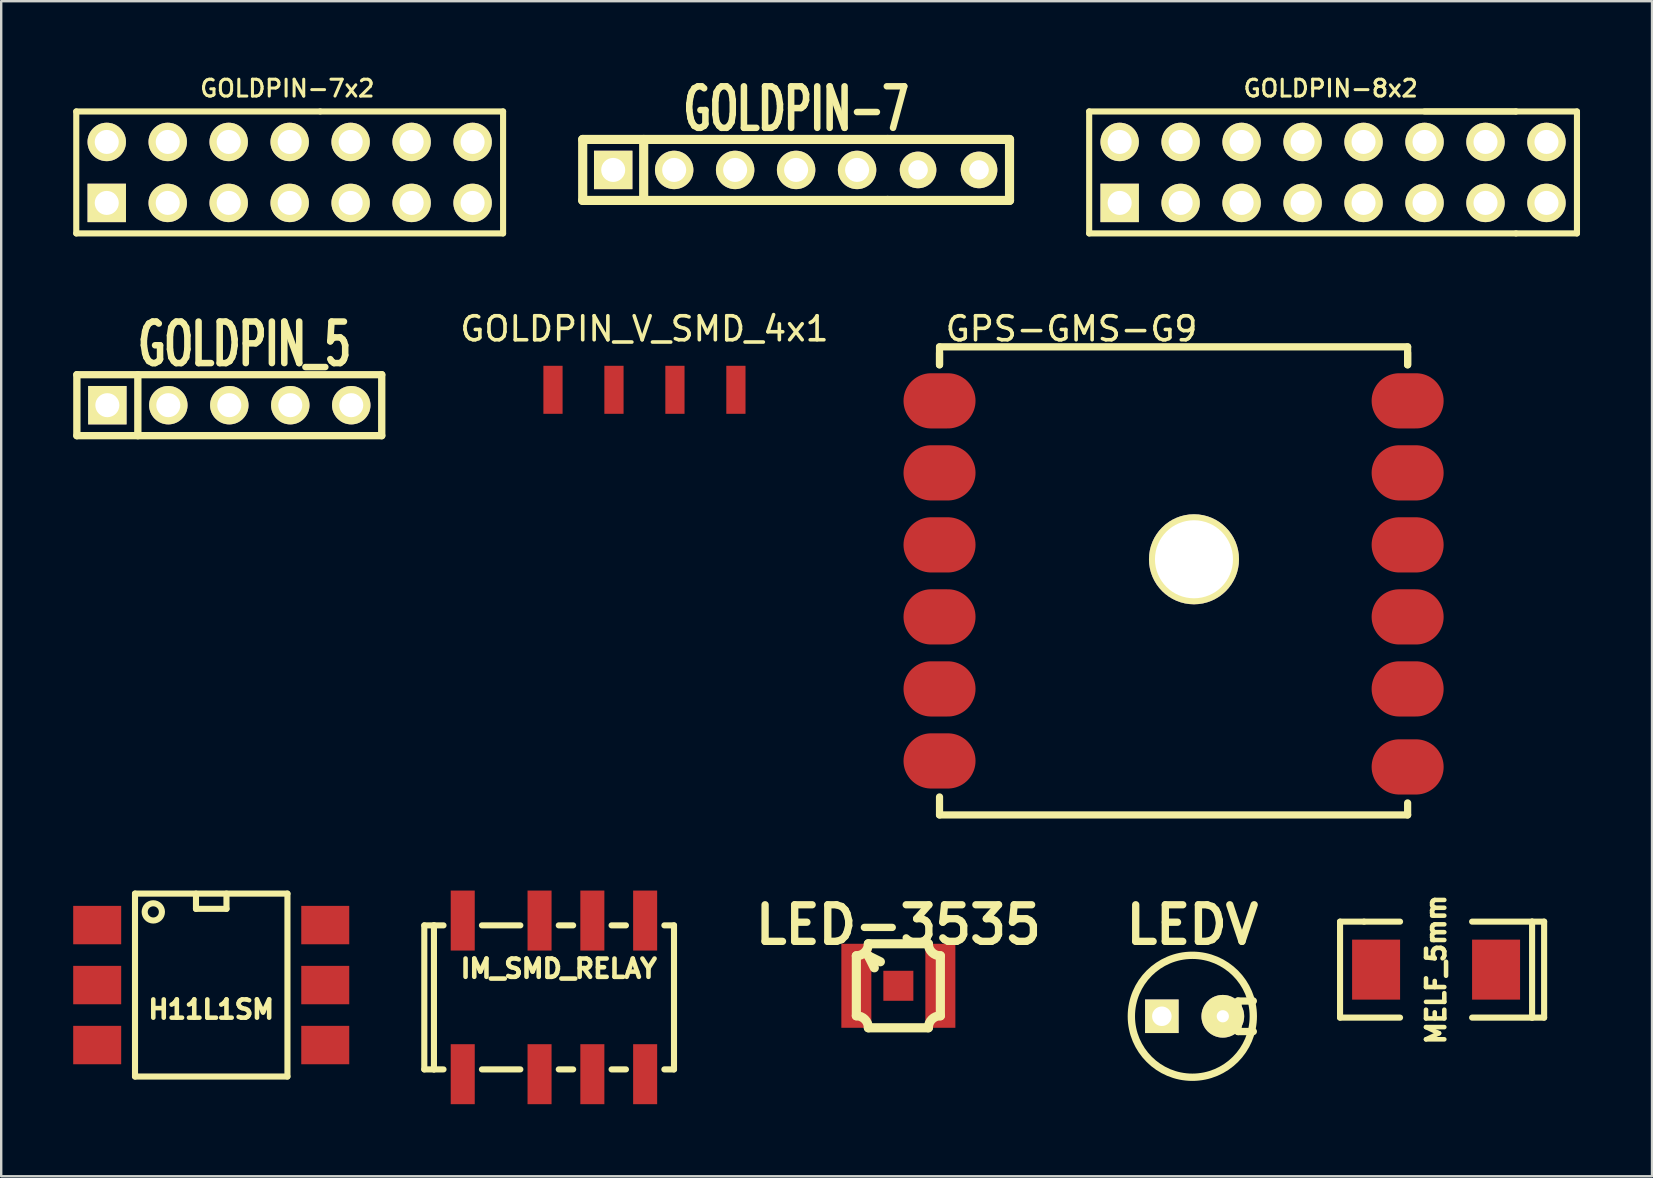
<source format=kicad_pcb>
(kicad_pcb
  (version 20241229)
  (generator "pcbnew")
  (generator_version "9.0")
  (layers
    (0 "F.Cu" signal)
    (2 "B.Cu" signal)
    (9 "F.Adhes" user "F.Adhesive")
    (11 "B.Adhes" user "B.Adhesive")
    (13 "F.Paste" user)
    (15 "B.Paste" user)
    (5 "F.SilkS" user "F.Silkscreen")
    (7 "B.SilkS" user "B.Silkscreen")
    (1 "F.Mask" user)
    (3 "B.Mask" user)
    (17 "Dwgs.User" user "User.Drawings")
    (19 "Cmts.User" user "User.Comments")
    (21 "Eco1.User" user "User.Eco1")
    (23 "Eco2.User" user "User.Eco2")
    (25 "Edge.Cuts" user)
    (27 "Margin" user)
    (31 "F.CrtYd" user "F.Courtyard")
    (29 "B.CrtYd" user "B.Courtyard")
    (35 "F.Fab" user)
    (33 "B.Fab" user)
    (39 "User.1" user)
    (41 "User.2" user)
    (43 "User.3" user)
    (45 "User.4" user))
  (footprint "MELF_5mm"
    (layer "F.Cu")
    (at 56.773 37.342)
    (property "Reference" "MELF_5mm" (at 0 0 90) (layer "F.SilkS") (effects (font (size 0.762 0.762) (thickness 0.201))))
    (attr through_hole)
    (fp_line (start -4 -1.999) (end -4 1.999) (stroke (width 0.254) (type solid)) (layer "F.SilkS"))
    (fp_line (start -4 1.999) (end -1.501 1.999) (stroke (width 0.254) (type solid)) (layer "F.SilkS"))
    (fp_line (start -3 -1.999) (end -4 -1.999) (stroke (width 0.254) (type solid)) (layer "F.SilkS"))
    (fp_line (start -3 -1.999) (end -1.501 -1.999) (stroke (width 0.254) (type solid)) (layer "F.SilkS"))
    (fp_line (start 1.501 -1.999) (end 4 -1.999) (stroke (width 0.254) (type solid)) (layer "F.SilkS"))
    (fp_line (start 4 -1.999) (end 4 1.999) (stroke (width 0.254) (type solid)) (layer "F.SilkS"))
    (fp_line (start 4 1.999) (end 1.501 1.999) (stroke (width 0.254) (type solid)) (layer "F.SilkS"))
    (fp_line (start 4.501 -1.999) (end 4 -1.999) (stroke (width 0.254) (type solid)) (layer "F.SilkS"))
    (fp_line (start 4.501 1.999) (end 4 1.999) (stroke (width 0.254) (type solid)) (layer "F.SilkS"))
    (fp_line (start 4.501 1.999) (end 4.501 -1.999) (stroke (width 0.254) (type solid)) (layer "F.SilkS"))
    (pad "1" smd rect (at -2.499 0) (size 1.999 2.499) (layers "F.Cu" "F.Mask" "F.Paste"))
    (pad "2" smd rect (at 2.499 0) (size 1.999 2.499) (layers "F.Cu" "F.Mask" "F.Paste")))
  (footprint "LEDV"
    (layer "F.Cu")
    (at 46.619 39.285)
    (property "Reference" "LEDV" (at 0 -3.81 0) (layer "F.SilkS") (effects (font (size 1.524 1.524) (thickness 0.305))))
    (attr through_hole)
    (fp_line (start 1.905 -0.635) (end 1.905 0.635) (stroke (width 0.305) (type solid)) (layer "F.SilkS"))
    (fp_line (start 1.905 0.635) (end 2.54 0.635) (stroke (width 0.305) (type solid)) (layer "F.SilkS"))
    (fp_line (start 2.54 -0.635) (end 1.905 -0.635) (stroke (width 0.305) (type solid)) (layer "F.SilkS"))
    (fp_circle (center 0 0) (end -2.54 0) (stroke (width 0.305) (type solid)) (fill no) (layer "F.SilkS"))
    (pad "1" thru_hole rect (at -1.27 0) (size 1.397 1.397) (drill 0.813) (layers "*.Cu" "*.Mask" "F.SilkS"))
    (pad "2" thru_hole circle (at 1.27 0) (size 1.778 1.778) (drill 0.508) (layers "*.Cu" "*.Mask" "F.SilkS")))
  (footprint "GOLDPIN-8x2"
    (layer "F.Cu")
    (at 52.482 4.133)
    (property "Reference" "GOLDPIN-8x2" (at -0.099 -3.5 0) (layer "F.SilkS") (effects (font (size 0.701 0.701) (thickness 0.127))))
    (attr through_hole)
    (fp_line (start -10.16 -2.54) (end 7.62 -2.54) (stroke (width 0.254) (type solid)) (layer "F.SilkS"))
    (fp_line (start -10.16 2.54) (end -10.16 -2.54) (stroke (width 0.254) (type solid)) (layer "F.SilkS"))
    (fp_line (start 7.62 -2.54) (end 3.81 -2.54) (stroke (width 0.254) (type solid)) (layer "F.SilkS"))
    (fp_line (start 7.62 2.54) (end -10.16 2.54) (stroke (width 0.254) (type solid)) (layer "F.SilkS"))
    (fp_line (start 7.62 2.54) (end 10.16 2.54) (stroke (width 0.254) (type solid)) (layer "F.SilkS"))
    (fp_line (start 10.16 -2.54) (end 7.62 -2.54) (stroke (width 0.254) (type solid)) (layer "F.SilkS"))
    (fp_line (start 10.16 2.54) (end 10.16 -2.54) (stroke (width 0.254) (type solid)) (layer "F.SilkS"))
    (pad "1" thru_hole rect (at -8.89 1.27) (size 1.6 1.6) (drill 1.001) (layers "*.Cu" "*.Mask" "F.SilkS"))
    (pad "2" thru_hole circle (at -8.89 -1.27) (size 1.6 1.6) (drill 1.001) (layers "*.Cu" "*.Mask" "F.SilkS"))
    (pad "3" thru_hole circle (at -6.35 1.27) (size 1.6 1.6) (drill 1.001) (layers "*.Cu" "*.Mask" "F.SilkS"))
    (pad "4" thru_hole circle (at -6.35 -1.27) (size 1.6 1.6) (drill 1.001) (layers "*.Cu" "*.Mask" "F.SilkS"))
    (pad "5" thru_hole circle (at -3.81 1.27) (size 1.6 1.6) (drill 1.001) (layers "*.Cu" "*.Mask" "F.SilkS"))
    (pad "6" thru_hole circle (at -3.81 -1.27) (size 1.6 1.6) (drill 1.001) (layers "*.Cu" "*.Mask" "F.SilkS"))
    (pad "7" thru_hole circle (at -1.27 1.27) (size 1.6 1.6) (drill 1.001) (layers "*.Cu" "*.Mask" "F.SilkS"))
    (pad "8" thru_hole circle (at -1.27 -1.27) (size 1.6 1.6) (drill 1.001) (layers "*.Cu" "*.Mask" "F.SilkS"))
    (pad "9" thru_hole circle (at 1.27 1.27) (size 1.6 1.6) (drill 1.001) (layers "*.Cu" "*.Mask" "F.SilkS"))
    (pad "10" thru_hole circle (at 1.27 -1.27) (size 1.6 1.6) (drill 1.001) (layers "*.Cu" "*.Mask" "F.SilkS"))
    (pad "11" thru_hole circle (at 3.81 1.27) (size 1.6 1.6) (drill 1.001) (layers "*.Cu" "*.Mask" "F.SilkS"))
    (pad "12" thru_hole circle (at 3.81 -1.27) (size 1.6 1.6) (drill 1.001) (layers "*.Cu" "*.Mask" "F.SilkS"))
    (pad "13" thru_hole circle (at 6.35 1.27) (size 1.6 1.6) (drill 1.001) (layers "*.Cu" "*.Mask" "F.SilkS"))
    (pad "14" thru_hole circle (at 6.35 -1.27) (size 1.6 1.6) (drill 1.001) (layers "*.Cu" "*.Mask" "F.SilkS"))
    (pad "15" thru_hole circle (at 8.89 1.27) (size 1.6 1.6) (drill 1.001) (layers "*.Cu" "*.Mask" "F.SilkS"))
    (pad "16" thru_hole circle (at 8.89 -1.27) (size 1.6 1.6) (drill 1.001) (layers "*.Cu" "*.Mask" "F.SilkS")))
  (footprint "H11L1SM"
    (layer "F.Cu")
    (at 5.749 37.985)
    (property "Reference" "H11L1SM" (at 0 1.016 0) (layer "F.SilkS") (effects (font (size 0.762 0.762) (thickness 0.191))))
    (attr through_hole)
    (fp_line (start -3.175 -3.81) (end 3.175 -3.81) (stroke (width 0.254) (type solid)) (layer "F.SilkS"))
    (fp_line (start -3.175 3.81) (end -3.175 -3.81) (stroke (width 0.254) (type solid)) (layer "F.SilkS"))
    (fp_line (start -0.635 -3.81) (end -0.635 -3.175) (stroke (width 0.254) (type solid)) (layer "F.SilkS"))
    (fp_line (start -0.635 -3.175) (end 0.635 -3.175) (stroke (width 0.254) (type solid)) (layer "F.SilkS"))
    (fp_line (start 0.635 -3.175) (end 0.635 -3.81) (stroke (width 0.254) (type solid)) (layer "F.SilkS"))
    (fp_line (start 3.175 -3.81) (end 3.175 3.81) (stroke (width 0.254) (type solid)) (layer "F.SilkS"))
    (fp_line (start 3.175 3.81) (end -3.175 3.81) (stroke (width 0.254) (type solid)) (layer "F.SilkS"))
    (fp_circle (center -2.413 -3.048) (end -2.159 -2.794) (stroke (width 0.254) (type solid)) (fill no) (layer "F.SilkS"))
    (pad "1" smd rect (at -4.75 -2.499) (size 1.999 1.6) (layers "F.Cu" "F.Mask" "F.Paste"))
    (pad "2" smd rect (at -4.75 0) (size 1.999 1.6) (layers "F.Cu" "F.Mask" "F.Paste"))
    (pad "3" smd rect (at -4.75 2.499) (size 1.999 1.6) (layers "F.Cu" "F.Mask" "F.Paste"))
    (pad "4" smd rect (at 4.75 2.499) (size 1.999 1.6) (layers "F.Cu" "F.Mask" "F.Paste"))
    (pad "5" smd rect (at 4.75 0) (size 1.999 1.6) (layers "F.Cu" "F.Mask" "F.Paste"))
    (pad "6" smd rect (at 4.75 -2.499) (size 1.999 1.6) (layers "F.Cu" "F.Mask" "F.Paste")))
  (footprint "GPS-GMS-G9"
    (layer "F.Cu")
    (at 45.838 21.148)
    (property "Reference" "GPS-GMS-G9" (at -4.25 -10.5 0) (layer "F.SilkS") (effects (font (size 1 1) (thickness 0.15))))
    (attr through_hole)
    (fp_line (start -9.75 -9.75) (end -9.75 -9) (stroke (width 0.3) (type solid)) (layer "F.SilkS"))
    (fp_line (start -9.75 -9.5) (end -9.75 -9) (stroke (width 0.3) (type solid)) (layer "F.SilkS"))
    (fp_line (start -9.75 9) (end -9.75 9.75) (stroke (width 0.3) (type solid)) (layer "F.SilkS"))
    (fp_line (start -9.75 9.75) (end 9.75 9.75) (stroke (width 0.3) (type solid)) (layer "F.SilkS"))
    (fp_line (start 9.75 -9.75) (end -9.75 -9.75) (stroke (width 0.3) (type solid)) (layer "F.SilkS"))
    (fp_line (start 9.75 -9) (end 9.75 -9.75) (stroke (width 0.3) (type solid)) (layer "F.SilkS"))
    (fp_line (start 9.75 -9) (end 9.75 -9.5) (stroke (width 0.3) (type solid)) (layer "F.SilkS"))
    (fp_line (start 9.75 9.75) (end 9.75 9.25) (stroke (width 0.3) (type solid)) (layer "F.SilkS"))
    (pad "1" smd oval (at -9.75 -7.5) (size 3 2.3) (layers "F.Cu" "F.Mask" "F.Paste"))
    (pad "2" smd oval (at -9.75 -4.5) (size 3 2.3) (layers "F.Cu" "F.Mask" "F.Paste"))
    (pad "3" smd oval (at -9.75 -1.5) (size 3 2.3) (layers "F.Cu" "F.Mask" "F.Paste"))
    (pad "4" smd oval (at -9.75 1.5) (size 3 2.3) (layers "F.Cu" "F.Mask" "F.Paste"))
    (pad "5" smd oval (at -9.75 4.5) (size 3 2.3) (layers "F.Cu" "F.Mask" "F.Paste"))
    (pad "6" smd oval (at -9.75 7.5) (size 3 2.3) (layers "F.Cu" "F.Mask" "F.Paste"))
    (pad "7" smd oval (at 9.75 7.75) (size 3 2.3) (layers "F.Cu" "F.Mask" "F.Paste"))
    (pad "8" smd oval (at 9.75 4.5) (size 3 2.3) (layers "F.Cu" "F.Mask" "F.Paste"))
    (pad "9" smd oval (at 9.75 1.5) (size 3 2.3) (layers "F.Cu" "F.Mask" "F.Paste"))
    (pad "10" smd oval (at 9.75 -1.5) (size 3 2.3) (layers "F.Cu" "F.Mask" "F.Paste"))
    (pad "11" smd oval (at 9.75 -4.5) (size 3 2.3) (layers "F.Cu" "F.Mask" "F.Paste"))
    (pad "12" smd oval (at 9.75 -7.5) (size 3 2.3) (layers "F.Cu" "F.Mask" "F.Paste"))
    (pad "ANT" thru_hole circle (at 0.85 -0.9) (size 3.75 3.75) (drill 3.25) (layers "*.Cu" "*.Mask" "F.SilkS")))
  (footprint "GOLDPIN-7x2"
    (layer "F.Cu")
    (at 9.017 4.133)
    (property "Reference" "GOLDPIN-7x2" (at -0.099 -3.5 0) (layer "F.SilkS") (effects (font (size 0.701 0.701) (thickness 0.127))))
    (attr through_hole)
    (fp_line (start -8.89 -2.54) (end 1.27 -2.54) (stroke (width 0.254) (type solid)) (layer "F.SilkS"))
    (fp_line (start -8.89 2.54) (end -8.89 -2.54) (stroke (width 0.254) (type solid)) (layer "F.SilkS"))
    (fp_line (start 1.27 -2.54) (end 8.89 -2.54) (stroke (width 0.254) (type solid)) (layer "F.SilkS"))
    (fp_line (start 8.89 -2.54) (end 8.89 2.54) (stroke (width 0.254) (type solid)) (layer "F.SilkS"))
    (fp_line (start 8.89 2.54) (end -8.89 2.54) (stroke (width 0.254) (type solid)) (layer "F.SilkS"))
    (pad "1" thru_hole rect (at -7.62 1.27) (size 1.6 1.6) (drill 1.001) (layers "*.Cu" "*.Mask" "F.SilkS"))
    (pad "2" thru_hole circle (at -7.62 -1.27) (size 1.6 1.6) (drill 1.001) (layers "*.Cu" "*.Mask" "F.SilkS"))
    (pad "3" thru_hole circle (at -5.08 1.27) (size 1.6 1.6) (drill 1.001) (layers "*.Cu" "*.Mask" "F.SilkS"))
    (pad "4" thru_hole circle (at -5.08 -1.27) (size 1.6 1.6) (drill 1.001) (layers "*.Cu" "*.Mask" "F.SilkS"))
    (pad "5" thru_hole circle (at -2.54 1.27) (size 1.6 1.6) (drill 1.001) (layers "*.Cu" "*.Mask" "F.SilkS"))
    (pad "6" thru_hole circle (at -2.54 -1.27) (size 1.6 1.6) (drill 1.001) (layers "*.Cu" "*.Mask" "F.SilkS"))
    (pad "7" thru_hole circle (at 0 1.27) (size 1.6 1.6) (drill 1.001) (layers "*.Cu" "*.Mask" "F.SilkS"))
    (pad "8" thru_hole circle (at 0 -1.27) (size 1.6 1.6) (drill 1.001) (layers "*.Cu" "*.Mask" "F.SilkS"))
    (pad "9" thru_hole circle (at 2.54 1.27) (size 1.6 1.6) (drill 1.001) (layers "*.Cu" "*.Mask" "F.SilkS"))
    (pad "10" thru_hole circle (at 2.54 -1.27) (size 1.6 1.6) (drill 1.001) (layers "*.Cu" "*.Mask" "F.SilkS"))
    (pad "11" thru_hole circle (at 5.08 1.27) (size 1.6 1.6) (drill 1.001) (layers "*.Cu" "*.Mask" "F.SilkS"))
    (pad "12" thru_hole circle (at 5.08 -1.27) (size 1.6 1.6) (drill 1.001) (layers "*.Cu" "*.Mask" "F.SilkS"))
    (pad "13" thru_hole circle (at 7.62 1.27) (size 1.6 1.6) (drill 1.001) (layers "*.Cu" "*.Mask" "F.SilkS"))
    (pad "14" thru_hole circle (at 7.62 -1.27) (size 1.6 1.6) (drill 1.001) (layers "*.Cu" "*.Mask" "F.SilkS")))
  (footprint "GOLDPIN_V_SMD_4x1"
    (layer "F.Cu")
    (at 23.796 13.188)
    (property "Reference" "GOLDPIN_V_SMD_4x1" (at 0 -2.54 0) (layer "F.SilkS") (effects (font (size 1 1) (thickness 0.15))))
    (attr through_hole)
    (pad "1" smd rect (at -3.81 0) (size 0.8 2) (layers "F.Cu" "F.Mask" "F.Paste"))
    (pad "2" smd rect (at -1.27 0) (size 0.8 2) (layers "F.Cu" "F.Mask" "F.Paste"))
    (pad "3" smd rect (at 1.27 0) (size 0.8 2) (layers "F.Cu" "F.Mask" "F.Paste"))
    (pad "4" smd rect (at 3.81 0) (size 0.8 2) (layers "F.Cu" "F.Mask" "F.Paste")))
  (footprint "LED-3535"
    (layer "F.Cu")
    (at 34.373 38.015)
    (property "Reference" "LED-3535" (at 0 -2.54 0) (layer "F.SilkS") (effects (font (size 1.524 1.524) (thickness 0.305))))
    (attr through_hole)
    (fp_line (start -1.75 -1.25) (end -1.75 1.25) (stroke (width 0.381) (type solid)) (layer "F.SilkS"))
    (fp_line (start -1.25 -1.25) (end -1.001 -0.749) (stroke (width 0.381) (type solid)) (layer "F.SilkS"))
    (fp_line (start -1.25 -1.25) (end -0.749 -1.001) (stroke (width 0.381) (type solid)) (layer "F.SilkS"))
    (fp_line (start -1.25 1.75) (end 1.25 1.75) (stroke (width 0.381) (type solid)) (layer "F.SilkS"))
    (fp_line (start 1.25 -1.75) (end -1.25 -1.75) (stroke (width 0.381) (type solid)) (layer "F.SilkS"))
    (fp_line (start 1.75 1.25) (end 1.75 -1.25) (stroke (width 0.381) (type solid)) (layer "F.SilkS"))
    (fp_arc (start -1.75006 1.24968) (mid -1.396238 1.396238) (end -1.24968 1.75006) (stroke (width 0.381) (type solid)) (layer "F.SilkS"))
    (fp_arc (start -1.24968 -1.75006) (mid -1.396238 -1.396238) (end -1.75006 -1.24968) (stroke (width 0.381) (type solid)) (layer "F.SilkS"))
    (fp_arc (start 1.24968 1.75006) (mid 1.396238 1.396238) (end 1.75006 1.24968) (stroke (width 0.381) (type solid)) (layer "F.SilkS"))
    (fp_arc (start 1.75006 -1.24968) (mid 1.396238 -1.396238) (end 1.24968 -1.75006) (stroke (width 0.381) (type solid)) (layer "F.SilkS"))
    (pad "1" smd rect (at 1.75 0) (size 1.25 3.5) (layers "F.Cu" "F.Mask" "F.Paste"))
    (pad "2" smd rect (at -1.75 0) (size 1.25 3.5) (layers "F.Cu" "F.Mask" "F.Paste"))
    (pad "3" smd rect (at 0 0) (size 1.25 1.25) (layers "F.Cu" "F.Mask" "F.Paste")))
  (footprint "GOLDPIN-7"
    (layer "F.Cu")
    (at 30.114 4.029)
    (property "Reference" "GOLDPIN-7" (at 0 -2.54 0) (layer "F.SilkS") (effects (font (size 1.73 1.087) (thickness 0.272))))
    (attr through_hole)
    (fp_line (start -8.89 -1.27) (end 3.81 -1.27) (stroke (width 0.381) (type solid)) (layer "F.SilkS"))
    (fp_line (start -8.89 1.27) (end -8.89 -1.27) (stroke (width 0.381) (type solid)) (layer "F.SilkS"))
    (fp_line (start -6.35 1.27) (end -6.35 -1.27) (stroke (width 0.381) (type solid)) (layer "F.SilkS"))
    (fp_line (start 3.81 1.27) (end -8.89 1.27) (stroke (width 0.381) (type solid)) (layer "F.SilkS"))
    (fp_line (start 3.81 1.27) (end 8.89 1.27) (stroke (width 0.381) (type solid)) (layer "F.SilkS"))
    (fp_line (start 8.89 -1.27) (end 3.81 -1.27) (stroke (width 0.381) (type solid)) (layer "F.SilkS"))
    (fp_line (start 8.89 1.27) (end 8.89 -1.27) (stroke (width 0.381) (type solid)) (layer "F.SilkS"))
    (pad "1" thru_hole rect (at -7.62 0) (size 1.6 1.6) (drill 1.001) (layers "*.Cu" "*.Mask" "F.SilkS"))
    (pad "2" thru_hole circle (at -5.08 0) (size 1.6 1.6) (drill 1.001) (layers "*.Cu" "*.Mask" "F.SilkS"))
    (pad "3" thru_hole circle (at -2.54 0) (size 1.6 1.6) (drill 1.001) (layers "*.Cu" "*.Mask" "F.SilkS"))
    (pad "4" thru_hole circle (at 0 0) (size 1.6 1.6) (drill 1.001) (layers "*.Cu" "*.Mask" "F.SilkS"))
    (pad "5" thru_hole circle (at 2.54 0) (size 1.6 1.6) (drill 1.001) (layers "*.Cu" "*.Mask" "F.SilkS"))
    (pad "6" thru_hole circle (at 5.08 0) (size 1.524 1.524) (drill 0.813) (layers "*.Cu" "*.Mask" "F.SilkS"))
    (pad "7" thru_hole circle (at 7.62 0) (size 1.524 1.524) (drill 0.813) (layers "*.Cu" "*.Mask" "F.SilkS")))
  (footprint "IM_SMD_RELAY"
    (layer "F.Cu")
    (at 19.426 38.498)
    (property "Reference" "IM_SMD_RELAY" (at 0.8 -1.199 0) (layer "F.SilkS") (effects (font (size 0.762 0.762) (thickness 0.201))))
    (attr through_hole)
    (fp_line (start -4.801 -3) (end -4.801 3) (stroke (width 0.254) (type solid)) (layer "F.SilkS"))
    (fp_line (start -4.801 3) (end -4.399 3) (stroke (width 0.254) (type solid)) (layer "F.SilkS"))
    (fp_line (start -4.399 -3) (end -4.801 -3) (stroke (width 0.254) (type solid)) (layer "F.SilkS"))
    (fp_line (start -4.399 -3) (end -4.399 3) (stroke (width 0.254) (type solid)) (layer "F.SilkS"))
    (fp_line (start -4.399 3) (end -4 3) (stroke (width 0.254) (type solid)) (layer "F.SilkS"))
    (fp_line (start -4 -3) (end -4.399 -3) (stroke (width 0.254) (type solid)) (layer "F.SilkS"))
    (fp_line (start -2.4 -3) (end -0.8 -3) (stroke (width 0.254) (type solid)) (layer "F.SilkS"))
    (fp_line (start -2.4 3) (end -0.8 3) (stroke (width 0.254) (type solid)) (layer "F.SilkS"))
    (fp_line (start 0.8 3) (end 1.4 3) (stroke (width 0.254) (type solid)) (layer "F.SilkS"))
    (fp_line (start 1.4 -3) (end 0.8 -3) (stroke (width 0.254) (type solid)) (layer "F.SilkS"))
    (fp_line (start 3 3) (end 3.599 3) (stroke (width 0.254) (type solid)) (layer "F.SilkS"))
    (fp_line (start 3.599 -3) (end 3 -3) (stroke (width 0.254) (type solid)) (layer "F.SilkS"))
    (fp_line (start 5.601 -3) (end 5.199 -3) (stroke (width 0.254) (type solid)) (layer "F.SilkS"))
    (fp_line (start 5.601 -3) (end 5.601 3) (stroke (width 0.254) (type solid)) (layer "F.SilkS"))
    (fp_line (start 5.601 3) (end 5.199 3) (stroke (width 0.254) (type solid)) (layer "F.SilkS"))
    (pad "1" smd rect (at -3.2 3.2) (size 1.001 2.499) (layers "F.Cu" "F.Mask" "F.Paste"))
    (pad "2" smd rect (at 0 3.2) (size 1.001 2.499) (layers "F.Cu" "F.Mask" "F.Paste"))
    (pad "3" smd rect (at 2.2 3.2) (size 1.001 2.499) (layers "F.Cu" "F.Mask" "F.Paste"))
    (pad "4" smd rect (at 4.399 3.2) (size 1.001 2.499) (layers "F.Cu" "F.Mask" "F.Paste"))
    (pad "5" smd rect (at 4.399 -3.2) (size 1.001 2.499) (layers "F.Cu" "F.Mask" "F.Paste"))
    (pad "6" smd rect (at 2.2 -3.2) (size 1.001 2.499) (layers "F.Cu" "F.Mask" "F.Paste"))
    (pad "7" smd rect (at 0 -3.2) (size 1.001 2.499) (layers "F.Cu" "F.Mask" "F.Paste"))
    (pad "8" smd rect (at -3.2 -3.2) (size 1.001 2.499) (layers "F.Cu" "F.Mask" "F.Paste")))
  (footprint "GOLDPIN_5"
    (layer "F.Cu")
    (at 7.772 13.829)
    (property "Reference" "GOLDPIN_5" (at -0.635 -2.54 0) (layer "F.SilkS") (effects (font (size 1.73 1.087) (thickness 0.272))))
    (attr through_hole)
    (fp_line (start -7.62 -1.27) (end 5.08 -1.27) (stroke (width 0.305) (type solid)) (layer "F.SilkS"))
    (fp_line (start -7.62 1.27) (end -7.62 -1.27) (stroke (width 0.305) (type solid)) (layer "F.SilkS"))
    (fp_line (start -5.08 1.27) (end -5.08 -1.27) (stroke (width 0.305) (type solid)) (layer "F.SilkS"))
    (fp_line (start 5.08 -1.27) (end 5.08 1.27) (stroke (width 0.305) (type solid)) (layer "F.SilkS"))
    (fp_line (start 5.08 1.27) (end -7.62 1.27) (stroke (width 0.305) (type solid)) (layer "F.SilkS"))
    (pad "1" thru_hole rect (at -6.35 0) (size 1.6 1.6) (drill 1.001) (layers "*.Cu" "*.Mask" "F.SilkS"))
    (pad "2" thru_hole circle (at -3.81 0) (size 1.6 1.6) (drill 1.001) (layers "*.Cu" "*.Mask" "F.SilkS"))
    (pad "3" thru_hole circle (at -1.27 0) (size 1.6 1.6) (drill 1.001) (layers "*.Cu" "*.Mask" "F.SilkS"))
    (pad "4" thru_hole circle (at 1.27 0) (size 1.6 1.6) (drill 1.001) (layers "*.Cu" "*.Mask" "F.SilkS"))
    (pad "5" thru_hole circle (at 3.81 0) (size 1.6 1.6) (drill 1.001) (layers "*.Cu" "*.Mask" "F.SilkS")))
  (gr_rect
    (start -3 -3)
    (end 65.769 45.949)
    (stroke (width 0.1) (type default))
    (fill no)
    (layer "Edge.Cuts")))
</source>
